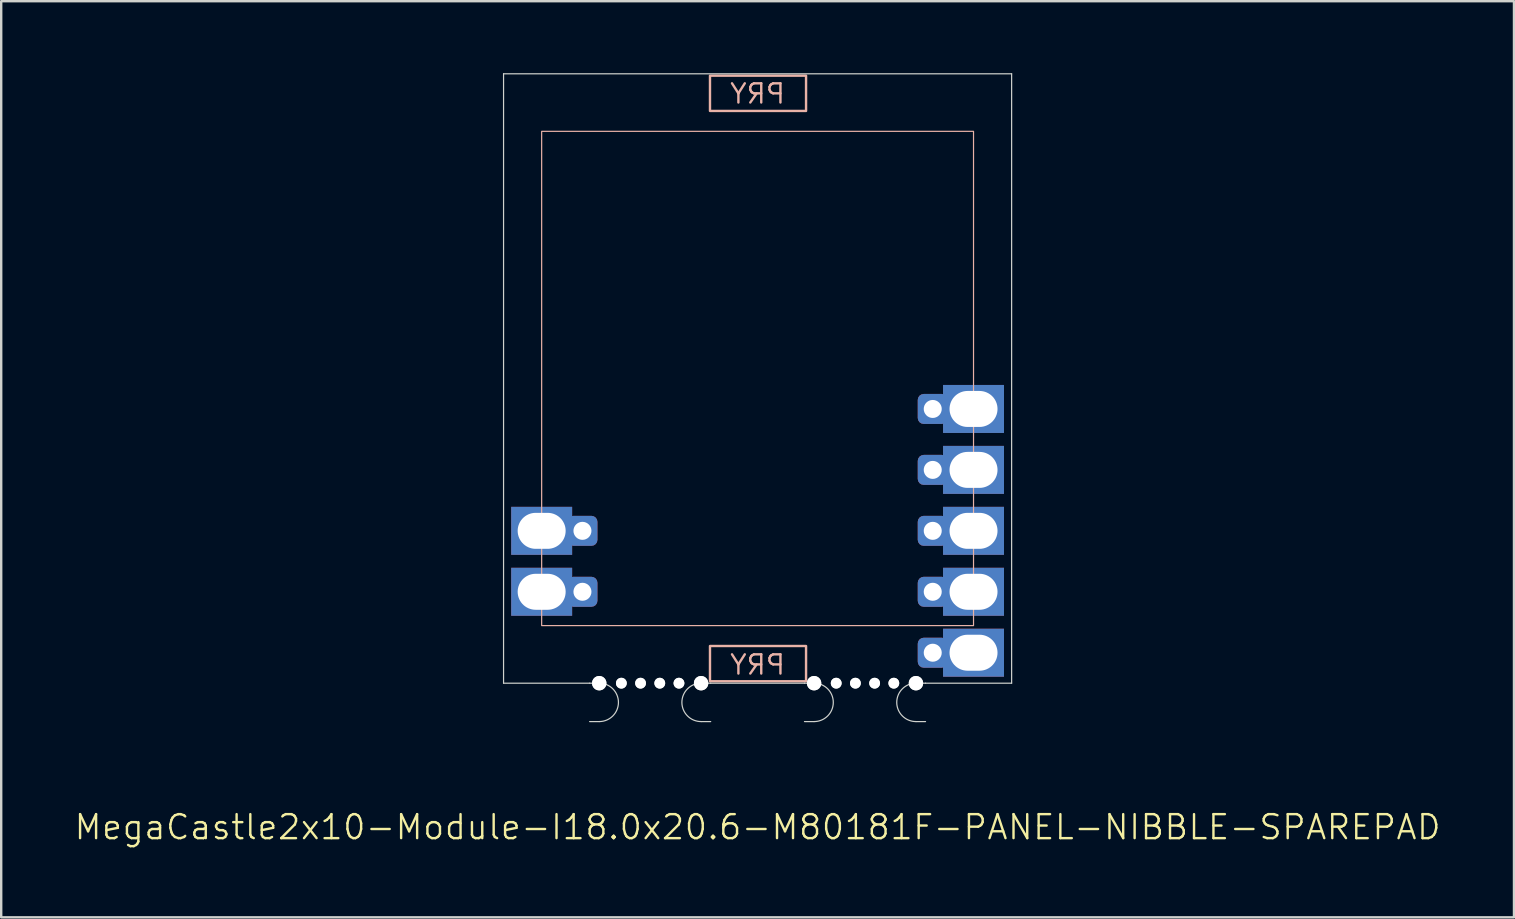
<source format=kicad_pcb>
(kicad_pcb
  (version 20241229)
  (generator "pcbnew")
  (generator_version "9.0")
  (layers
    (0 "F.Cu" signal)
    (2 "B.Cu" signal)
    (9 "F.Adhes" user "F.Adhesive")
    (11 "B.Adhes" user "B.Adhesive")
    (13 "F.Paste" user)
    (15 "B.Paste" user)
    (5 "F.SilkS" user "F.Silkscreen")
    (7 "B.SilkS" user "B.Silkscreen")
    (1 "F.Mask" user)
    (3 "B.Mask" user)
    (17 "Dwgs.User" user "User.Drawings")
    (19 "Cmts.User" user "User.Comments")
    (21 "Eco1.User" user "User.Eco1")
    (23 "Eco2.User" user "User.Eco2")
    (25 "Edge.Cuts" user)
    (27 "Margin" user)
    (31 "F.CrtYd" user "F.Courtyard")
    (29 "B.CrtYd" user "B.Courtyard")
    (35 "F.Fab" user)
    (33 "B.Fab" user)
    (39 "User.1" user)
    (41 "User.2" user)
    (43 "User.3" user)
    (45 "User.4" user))
  (footprint "MegaCastle2x10-Module-I18.0x20.6-M80181F-PANEL-NIBBLE-SPAREPAD"
    (layer "F.Cu")
    (at 28.526 12.725)
    (property "Reference" "MegaCastle2x10-Module-I18.0x20.6-M80181F-PANEL-NIBBLE-SPAREPAD" (at 0 18.7 0) (unlocked yes) (layer "F.SilkS") (effects (font (size 1 1) (thickness 0.1))))
    (attr smd)
    (fp_rect (start -9 10.3) (end 9 -10.3) (stroke (width 0.05) (type default)) (fill no) (layer "B.SilkS"))
    (fp_rect (start -1.984 -11.151) (end 2.02 -12.62) (stroke (width 0.1) (type default)) (fill no) (layer "B.SilkS"))
    (fp_rect (start -1.984 11.151) (end 2.02 12.62) (stroke (width 0.1) (type default)) (fill no) (layer "B.SilkS"))
    (fp_line (start -10.588 -12.7) (end -10.588 12.7) (stroke (width 0.05) (type default)) (layer "Edge.Cuts"))
    (fp_line (start -10.588 -12.7) (end 10.588 -12.7) (stroke (width 0.05) (type default)) (layer "Edge.Cuts"))
    (fp_line (start -10.588 12.7) (end -7 12.7) (stroke (width 0.05) (type default)) (layer "Edge.Cuts"))
    (fp_line (start -7 12.7) (end -6.6 12.7) (stroke (width 0.05) (type default)) (layer "Edge.Cuts"))
    (fp_line (start -7 14.3) (end -6.6 14.3) (stroke (width 0.05) (type default)) (layer "Edge.Cuts"))
    (fp_line (start -1.955 12.7) (end -2.355 12.7) (stroke (width 0.05) (type default)) (layer "Edge.Cuts"))
    (fp_line (start -1.955 12.7) (end 1.955 12.7) (stroke (width 0.05) (type default)) (layer "Edge.Cuts"))
    (fp_line (start -1.955 14.3) (end -2.355 14.3) (stroke (width 0.05) (type default)) (layer "Edge.Cuts"))
    (fp_line (start 1.955 12.7) (end 2.355 12.7) (stroke (width 0.05) (type default)) (layer "Edge.Cuts"))
    (fp_line (start 1.955 14.3) (end 2.355 14.3) (stroke (width 0.05) (type default)) (layer "Edge.Cuts"))
    (fp_line (start 7 12.7) (end 6.6 12.7) (stroke (width 0.05) (type default)) (layer "Edge.Cuts"))
    (fp_line (start 7 12.7) (end 10.588 12.7) (stroke (width 0.05) (type default)) (layer "Edge.Cuts"))
    (fp_line (start 7 14.3) (end 6.6 14.3) (stroke (width 0.05) (type default)) (layer "Edge.Cuts"))
    (fp_line (start 10.588 -12.7) (end 10.588 12.7) (stroke (width 0.05) (type default)) (layer "Edge.Cuts"))
    (fp_arc (start -6.6 12.7) (mid -5.8 13.5) (end -6.6 14.3) (stroke (width 0.05) (type default)) (layer "Edge.Cuts"))
    (fp_arc (start -2.355 14.3) (mid -3.155 13.5) (end -2.355 12.7) (stroke (width 0.05) (type default)) (layer "Edge.Cuts"))
    (fp_arc (start 2.355 12.7) (mid 3.155 13.5) (end 2.355 14.3) (stroke (width 0.05) (type default)) (layer "Edge.Cuts"))
    (fp_arc (start 6.6 14.3) (mid 5.8 13.5) (end 6.6 12.7) (stroke (width 0.05) (type default)) (layer "Edge.Cuts"))
    (fp_text user "PRY" (at 0 12.4 0) (unlocked yes) (layer "B.SilkS") (effects (font (size 0.8 0.8) (thickness 0.1)) (justify bottom mirror)))
    (fp_text user "PRY" (at 0 -11.4 0) (unlocked yes) (layer "B.SilkS") (effects (font (size 0.8 0.8) (thickness 0.1)) (justify bottom mirror)))
    (pad "" np_thru_hole circle (at -6.6 12.7) (size 0.6 0.6) (drill 0.6) (layers "*.Cu" "Edge.Cuts"))
    (pad "" np_thru_hole circle (at -5.678 12.7) (size 0.45 0.45) (drill 0.45) (layers "*.Cu" "Edge.Cuts"))
    (pad "" np_thru_hole circle (at -4.878 12.7) (size 0.45 0.45) (drill 0.45) (layers "*.Cu" "Edge.Cuts"))
    (pad "" np_thru_hole circle (at -4.077 12.7) (size 0.45 0.45) (drill 0.45) (layers "*.Cu" "Edge.Cuts"))
    (pad "" np_thru_hole circle (at -3.277 12.7) (size 0.45 0.45) (drill 0.45) (layers "*.Cu" "Edge.Cuts"))
    (pad "" np_thru_hole circle (at -2.355 12.7) (size 0.6 0.6) (drill 0.6) (layers "*.Cu" "Edge.Cuts"))
    (pad "" np_thru_hole circle (at 2.355 12.7) (size 0.6 0.6) (drill 0.6) (layers "*.Cu" "Edge.Cuts"))
    (pad "" np_thru_hole circle (at 3.277 12.7) (size 0.45 0.45) (drill 0.45) (layers "*.Cu" "Edge.Cuts"))
    (pad "" np_thru_hole circle (at 4.077 12.7) (size 0.45 0.45) (drill 0.45) (layers "*.Cu" "Edge.Cuts"))
    (pad "" np_thru_hole circle (at 4.878 12.7) (size 0.45 0.45) (drill 0.45) (layers "*.Cu" "Edge.Cuts"))
    (pad "" np_thru_hole circle (at 5.678 12.7) (size 0.45 0.45) (drill 0.45) (layers "*.Cu" "Edge.Cuts"))
    (pad "" np_thru_hole circle (at 6.6 12.7) (size 0.6 0.6) (drill 0.6) (layers "*.Cu" "Edge.Cuts"))
    (pad "8" thru_hole rect (at -9 6.35) (size 2.54 2) (drill oval 2 1.5) (property pad_prop_castellated) (layers "*.Cu" "*.Mask"))
    (pad "8" thru_hole roundrect (at -7.3 6.35 180) (size 1.25 1.25) (drill 0.75) (layers "*.Cu" "*.Mask") (roundrect_rratio 0.2))
    (pad "9" thru_hole rect (at -9 8.89) (size 2.54 2) (drill oval 2 1.5) (property pad_prop_castellated) (layers "*.Cu" "*.Mask"))
    (pad "9" thru_hole roundrect (at -7.3 8.89 180) (size 1.25 1.25) (drill 0.75) (layers "*.Cu" "*.Mask") (roundrect_rratio 0.2))
    (pad "16" thru_hole roundrect (at 7.3 1.27 180) (size 1.25 1.25) (drill 0.75) (layers "*.Cu" "*.Mask") (roundrect_rratio 0.2))
    (pad "16" thru_hole rect (at 9 1.27) (size 2.54 2) (drill oval 2 1.5) (property pad_prop_castellated) (layers "*.Cu" "*.Mask"))
    (pad "17" thru_hole roundrect (at 7.3 3.81 180) (size 1.25 1.25) (drill 0.75) (layers "*.Cu" "*.Mask") (roundrect_rratio 0.2))
    (pad "17" thru_hole rect (at 9 3.81) (size 2.54 2) (drill oval 2 1.5) (property pad_prop_castellated) (layers "*.Cu" "*.Mask"))
    (pad "18" thru_hole roundrect (at 7.3 6.35 180) (size 1.25 1.25) (drill 0.75) (layers "*.Cu" "*.Mask") (roundrect_rratio 0.2))
    (pad "18" thru_hole rect (at 9 6.35) (size 2.54 2) (drill oval 2 1.5) (property pad_prop_castellated) (layers "*.Cu" "*.Mask"))
    (pad "19" thru_hole roundrect (at 7.3 8.89 180) (size 1.25 1.25) (drill 0.75) (layers "*.Cu" "*.Mask") (roundrect_rratio 0.2))
    (pad "19" thru_hole rect (at 9 8.89) (size 2.54 2) (drill oval 2 1.5) (property pad_prop_castellated) (layers "*.Cu" "*.Mask"))
    (pad "20" thru_hole roundrect (at 7.3 11.43 180) (size 1.25 1.25) (drill 0.75) (layers "*.Cu" "*.Mask") (roundrect_rratio 0.2))
    (pad "20" thru_hole rect (at 9 11.43) (size 2.54 2) (drill oval 2 1.5) (property pad_prop_castellated) (layers "*.Cu" "*.Mask"))
    (zone (net_name "") (layer "B.Cu") (hatch edge 0.5) (connect_pads) (min_thickness 0.25) (filled_areas_thickness no) (keepout (tracks allowed) (vias allowed) (pads allowed) (copperpour allowed) (footprints not_allowed)) (placement (enabled no)) (fill) (polygon (pts (xy 19.526 25.425) (xy 19.526 0.025))))
    (zone (net_name "") (layer "B.Cu") (hatch edge 0.5) (connect_pads) (min_thickness 0.25) (filled_areas_thickness no) (keepout (tracks allowed) (vias allowed) (pads allowed) (copperpour allowed) (footprints not_allowed)) (placement (enabled no)) (fill) (polygon (pts (xy 37.526 25.425) (xy 37.526 0.025))))
    (zone (net_name "") (layer "B.Cu") (hatch edge 0.5) (connect_pads) (min_thickness 0.25) (filled_areas_thickness no) (keepout (tracks allowed) (vias allowed) (pads allowed) (copperpour allowed) (footprints not_allowed)) (placement (enabled no)) (fill) (polygon (pts (xy 19.526 0.025) (xy 19.526 2.425) (xy 37.526 2.425) (xy 37.526 0.025))))
    (zone (net_name "") (layer "B.Cu") (hatch edge 0.5) (connect_pads) (min_thickness 0.25) (filled_areas_thickness no) (keepout (tracks allowed) (vias allowed) (pads allowed) (copperpour allowed) (footprints not_allowed)) (placement (enabled no)) (fill) (polygon (pts (xy 19.526 25.425) (xy 19.526 23.025) (xy 37.526 23.025) (xy 37.526 25.425))))
    (zone (net_name "") (layer "B.Cu") (name "Upper Pry Zone") (hatch edge 0.5) (connect_pads) (min_thickness 0.25) (filled_areas_thickness no) (keepout (tracks not_allowed) (vias not_allowed) (pads not_allowed) (copperpour allowed) (footprints not_allowed)) (placement (enabled no)) (fill) (polygon (pts (xy 26.542 1.574) (xy 26.542 0.105) (xy 30.546 0.105) (xy 30.546 1.574))))
    (zone (net_name "") (layer "B.Cu") (name "Upper Pry Zone") (hatch edge 0.5) (connect_pads) (min_thickness 0.25) (filled_areas_thickness no) (keepout (tracks not_allowed) (vias not_allowed) (pads not_allowed) (copperpour allowed) (footprints not_allowed)) (placement (enabled no)) (fill) (polygon (pts (xy 26.542 23.876) (xy 26.542 25.345) (xy 30.546 25.345) (xy 30.546 23.876)))))
  (gr_rect
    (start -3 -3)
    (end 60.052 35.185)
    (stroke (width 0.1) (type default))
    (fill no)
    (layer "Edge.Cuts")))
</source>
